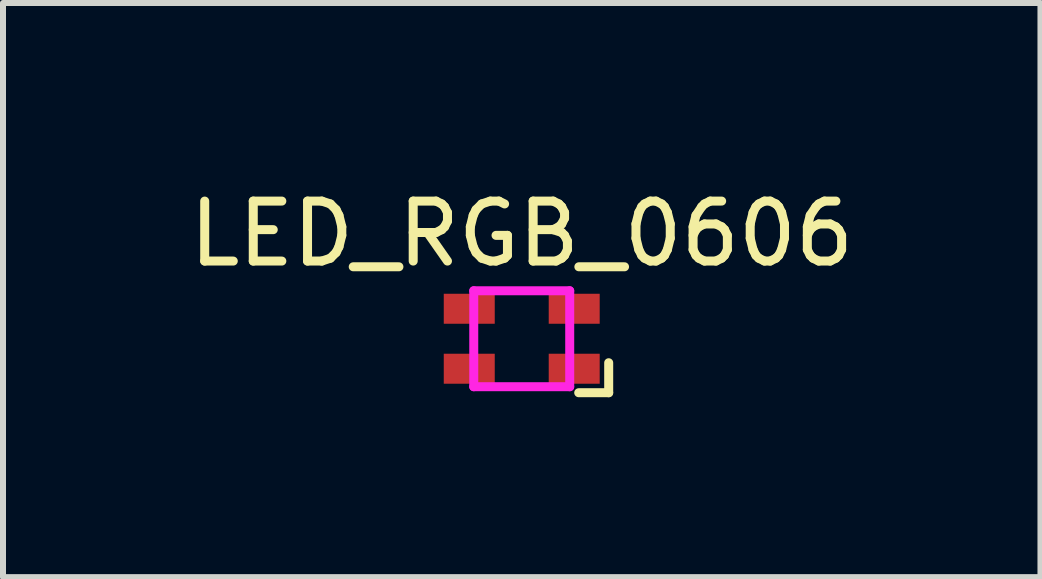
<source format=kicad_pcb>
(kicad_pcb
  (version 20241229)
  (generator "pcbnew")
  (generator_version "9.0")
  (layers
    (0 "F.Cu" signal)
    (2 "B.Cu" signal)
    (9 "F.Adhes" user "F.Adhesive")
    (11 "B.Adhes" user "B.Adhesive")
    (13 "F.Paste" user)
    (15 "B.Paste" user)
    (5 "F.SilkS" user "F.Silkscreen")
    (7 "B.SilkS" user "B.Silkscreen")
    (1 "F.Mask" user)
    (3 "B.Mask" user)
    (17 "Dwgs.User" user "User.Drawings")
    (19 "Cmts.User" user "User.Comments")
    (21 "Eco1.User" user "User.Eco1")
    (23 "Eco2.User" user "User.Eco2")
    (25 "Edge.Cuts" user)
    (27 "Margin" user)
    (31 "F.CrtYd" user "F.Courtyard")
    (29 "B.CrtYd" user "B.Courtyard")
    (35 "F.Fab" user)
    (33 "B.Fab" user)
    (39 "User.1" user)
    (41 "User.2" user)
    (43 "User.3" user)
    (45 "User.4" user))
  (footprint "LED_RGB_0606"
    (layer "F.Cu")
    (at 5.649 2.598)
    (property "Reference" "LED_RGB_0606" (at 0 -1.75 0) (layer "F.SilkS") (effects (font (size 1 1) (thickness 0.15))))
    (attr through_hole)
    (fp_line (start 0.95 0.9) (end 1.45 0.9) (stroke (width 0.15) (type solid)) (layer "F.SilkS"))
    (fp_line (start 1.45 0.9) (end 1.45 0.4) (stroke (width 0.15) (type solid)) (layer "F.SilkS"))
    (fp_line (start -0.8 -0.8) (end 0.8 -0.8) (stroke (width 0.15) (type solid)) (layer "F.CrtYd"))
    (fp_line (start -0.8 0.8) (end -0.8 -0.8) (stroke (width 0.15) (type solid)) (layer "F.CrtYd"))
    (fp_line (start 0.8 -0.8) (end 0.8 0.8) (stroke (width 0.15) (type solid)) (layer "F.CrtYd"))
    (fp_line (start 0.8 0.8) (end -0.8 0.8) (stroke (width 0.15) (type solid)) (layer "F.CrtYd"))
    (pad "1" smd rect (at 0.875 0.5) (size 0.85 0.5) (layers "F.Cu" "F.Mask" "F.Paste"))
    (pad "2" smd rect (at -0.875 0.5) (size 0.85 0.5) (layers "F.Cu" "F.Mask" "F.Paste"))
    (pad "3" smd rect (at -0.875 -0.5) (size 0.85 0.5) (layers "F.Cu" "F.Mask" "F.Paste"))
    (pad "4" smd rect (at 0.875 -0.5) (size 0.85 0.5) (layers "F.Cu" "F.Mask" "F.Paste")))
  (gr_rect
    (start -3 -3)
    (end 14.298 6.573)
    (stroke (width 0.1) (type default))
    (fill no)
    (layer "Edge.Cuts")))
</source>
